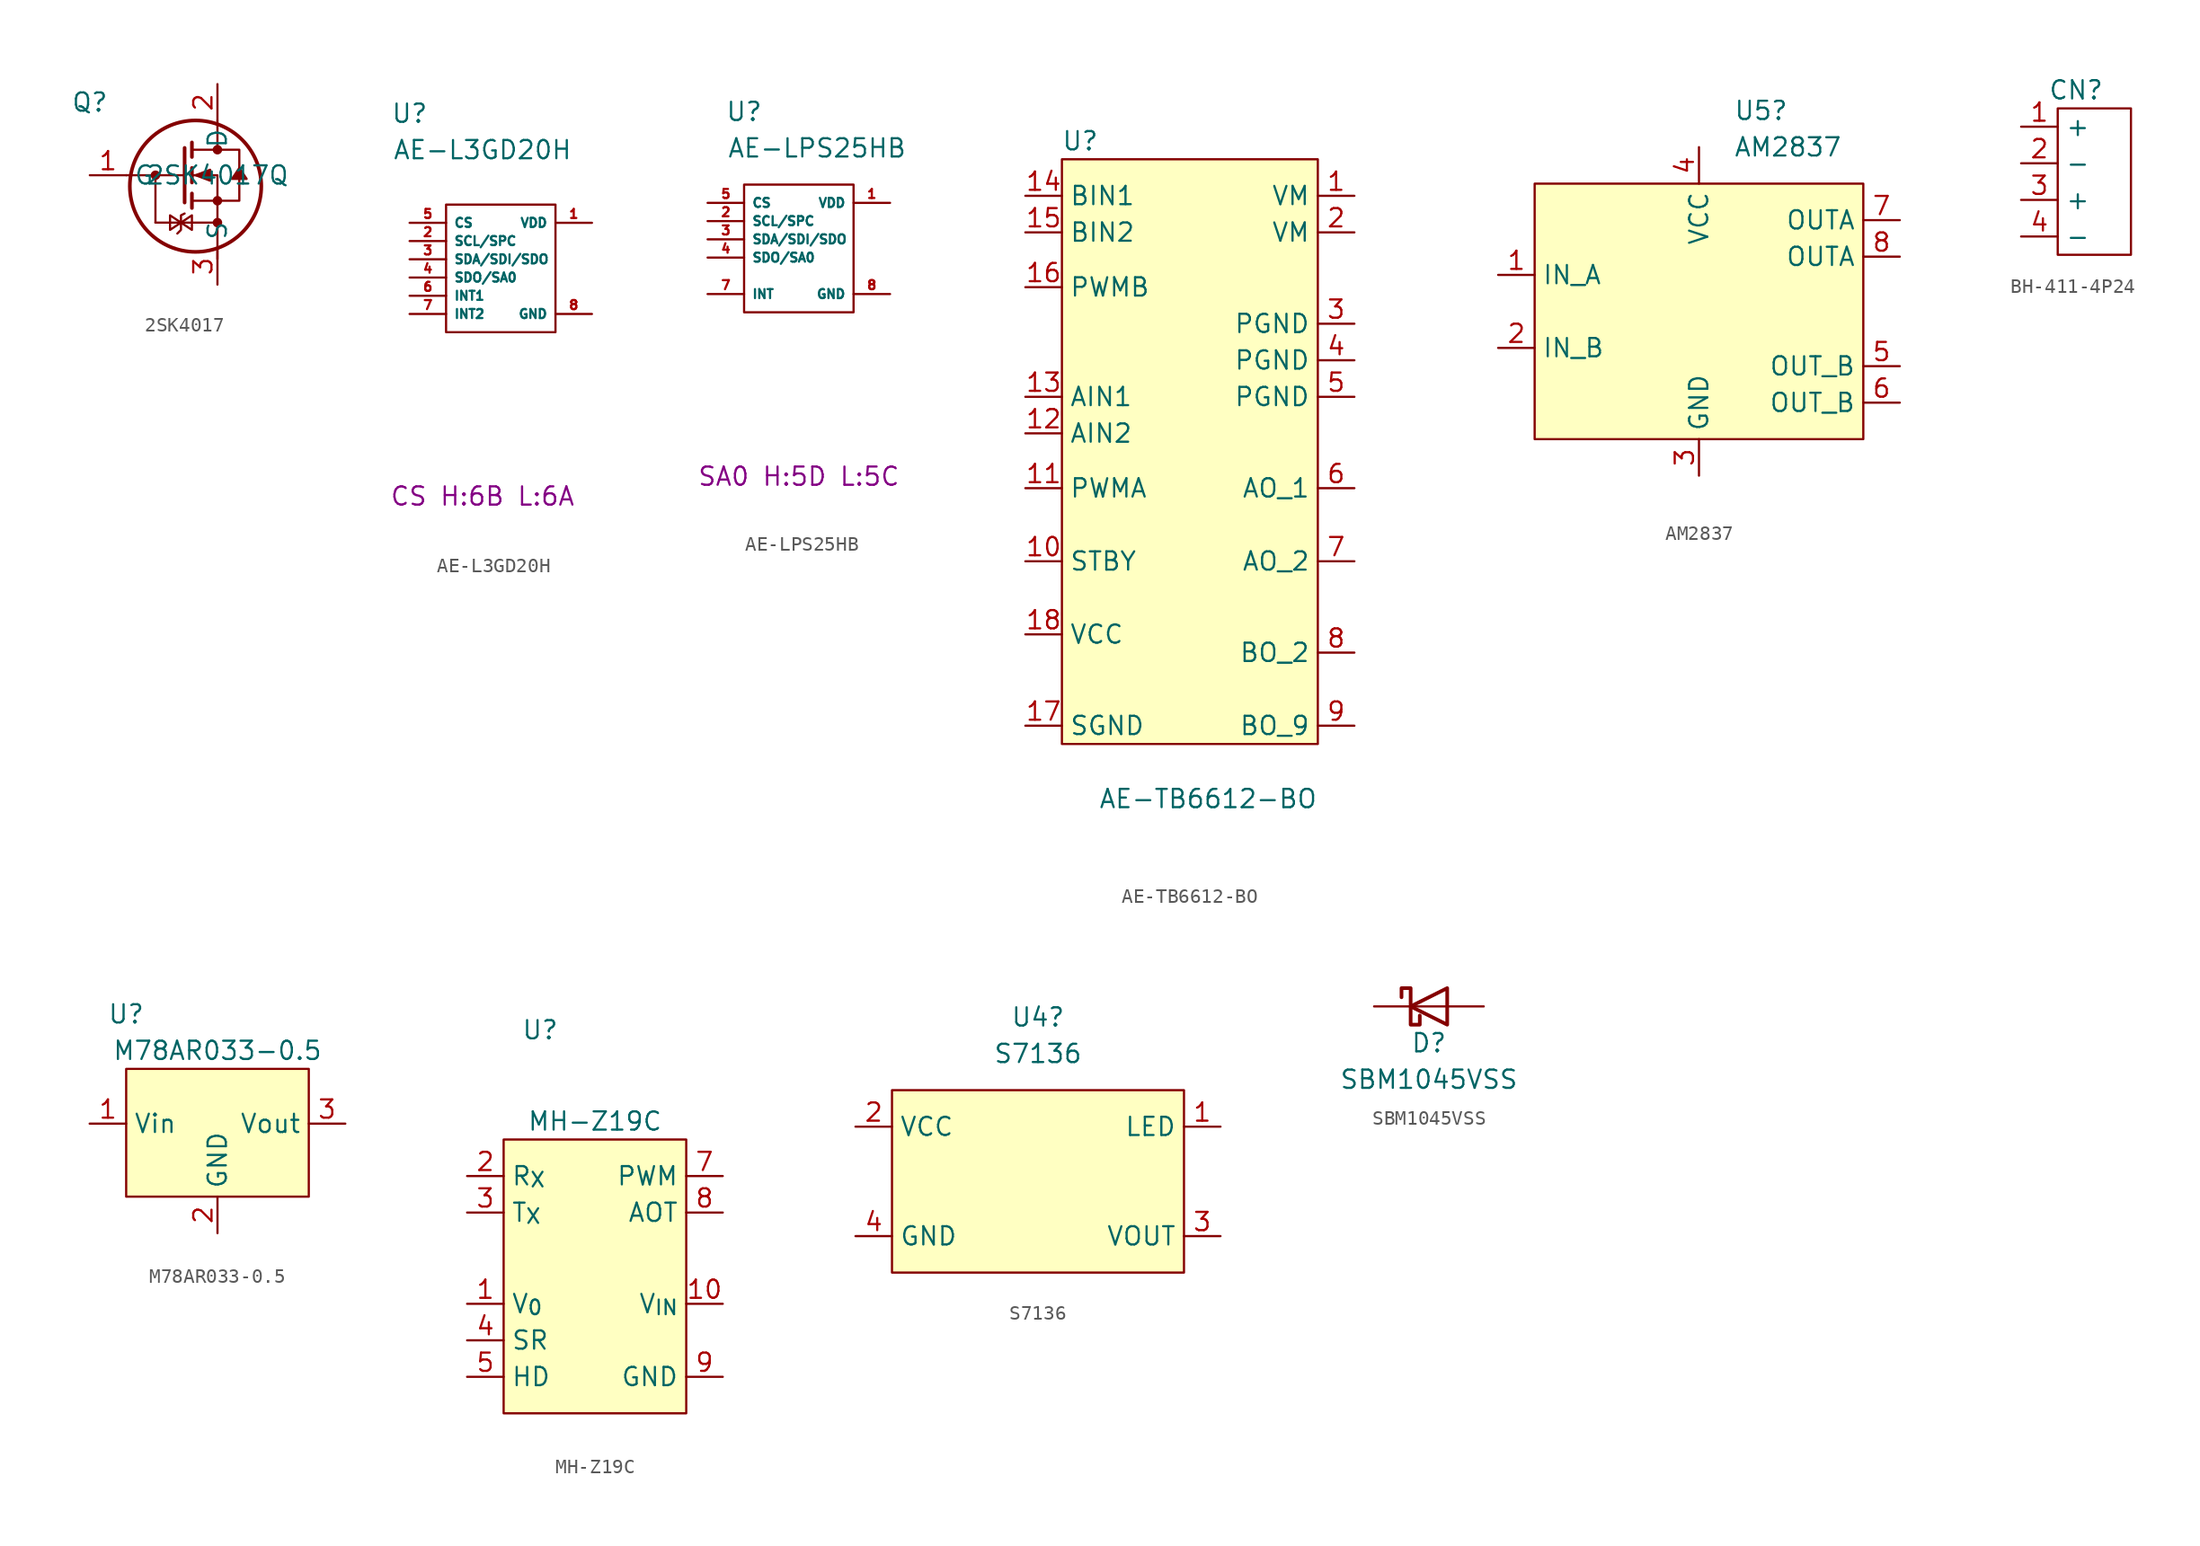
<source format=kicad_sym>
(kicad_symbol_lib
  (version 20241209)
  (generator "kicad_symbol_editor")
  (generator_version "9.0")
  (symbol "2SK4017"
    (property "Reference" "Q"
      (at -8.89 5.08 0)
      (effects (font (size 1.27 1.27))))
    (property "Value" "2SK4017Q"
      (at 0 0 0)
      (effects (font (size 1.27 1.27))))
    (symbol "2SK4017_0_1"
      (circle (center -4.318 0) (radius 0.254) (stroke (width 0) (type default)) (fill (type outline)))
      (polyline (pts (xy -4.318 0) (xy -4.318 -3.302)) (stroke (width 0) (type default)) (fill (type none)))
      (polyline (pts (xy -2.794 -4.064) (xy -2.54 -3.81) (xy -2.54 -2.794) (xy -2.286 -2.667)) (stroke (width 0) (type default)) (fill (type none)))
      (polyline (pts (xy -2.54 -3.302) (xy -3.302 -3.81) (xy -3.302 -2.794) (xy -2.54 -3.302)) (stroke (width 0) (type default)) (fill (type none)))
      (polyline (pts (xy -2.54 -3.302) (xy -1.778 -3.81) (xy -1.778 -2.794) (xy -2.54 -3.302)) (stroke (width 0) (type default)) (fill (type none)))
      (polyline (pts (xy -2.286 1.905) (xy -2.286 -1.905)) (stroke (width 0.254) (type default)) (fill (type none)))
      (polyline (pts (xy -2.286 0) (xy -6.35 0)) (stroke (width 0) (type default)) (fill (type none)))
      (polyline (pts (xy -1.778 2.286) (xy -1.778 1.27)) (stroke (width 0.254) (type default)) (fill (type none)))
      (polyline (pts (xy -1.778 1.778) (xy 1.524 1.778) (xy 1.524 -1.778) (xy -1.778 -1.778)) (stroke (width 0) (type default)) (fill (type none)))
      (polyline (pts (xy -1.778 0.508) (xy -1.778 -0.508)) (stroke (width 0.254) (type default)) (fill (type none)))
      (polyline (pts (xy -1.778 -1.27) (xy -1.778 -2.286)) (stroke (width 0.254) (type default)) (fill (type none)))
      (polyline (pts (xy -1.524 0) (xy -0.508 -0.381) (xy -0.508 0.381) (xy -1.524 0)) (stroke (width 0) (type default)) (fill (type outline)))
      (circle (center -1.524 -0.762) (radius 4.579) (stroke (width 0.254) (type default)) (fill (type none)))
      (polyline (pts (xy 0 3.81) (xy 0 1.778)) (stroke (width 0) (type default)) (fill (type none)))
      (circle (center 0 1.778) (radius 0.254) (stroke (width 0) (type default)) (fill (type outline)))
      (circle (center 0 -1.778) (radius 0.254) (stroke (width 0) (type default)) (fill (type outline)))
      (polyline (pts (xy 0 -3.302) (xy -4.318 -3.302)) (stroke (width 0) (type default)) (fill (type none)))
      (circle (center 0 -3.302) (radius 0.254) (stroke (width 0) (type default)) (fill (type outline)))
      (polyline (pts (xy 0 -5.842) (xy 0 0) (xy -1.778 0)) (stroke (width 0) (type default)) (fill (type none)))
      (polyline (pts (xy 1.524 0.508) (xy 1.016 -0.254) (xy 2.032 -0.254) (xy 1.524 0.508)) (stroke (width 0) (type default)) (fill (type outline))))
    (symbol "2SK4017_1_1"
      (pin input line (at -8.89 0 0) (length 2.54) (name "G" (effects (font (size 1.27 1.27)))) (number "1" (effects (font (size 1.27 1.27)))))
      (pin passive line (at 0 6.35 270) (length 2.54) (name "D" (effects (font (size 1.27 1.27)))) (number "2" (effects (font (size 1.27 1.27)))))
      (pin passive line (at 0 -7.62 90) (length 2.54) (name "S" (effects (font (size 1.27 1.27)))) (number "3" (effects (font (size 1.27 1.27)))))))
  (symbol "AE-L3GD20H"
    (property "Reference" "U"
      (at -6.35 11.43 0)
      (effects (font (size 1.27 1.27))))
    (property "Value" "AE-L3GD20H"
      (at -1.27 8.89 0)
      (effects (font (size 1.27 1.27))))
    (property "I2C" "CS H:6B L:6A"
      (at -1.27 -15.24 0)
      (effects (font (size 1.27 1.27))))
    (symbol "AE-L3GD20H_0_1"
      (rectangle (start -3.81 5.08) (end 3.81 -3.81) (stroke (width 0) (type default)) (fill (type none))))
    (symbol "AE-L3GD20H_1_1"
      (pin input line (at -6.35 3.81 0) (length 2.54) (name "CS" (effects (font (size 0.63 0.63)))) (number "5" (effects (font (size 0.63 0.63)))))
      (pin input line (at -6.35 2.54 0) (length 2.54) (name "SCL/SPC" (effects (font (size 0.63 0.63)))) (number "2" (effects (font (size 0.63 0.63)))))
      (pin bidirectional line (at -6.35 1.27 0) (length 2.54) (name "SDA/SDI/SDO" (effects (font (size 0.63 0.63)))) (number "3" (effects (font (size 0.63 0.63)))))
      (pin bidirectional line (at -6.35 0 0) (length 2.54) (name "SDO/SA0" (effects (font (size 0.63 0.63)))) (number "4" (effects (font (size 0.63 0.63)))))
      (pin output line (at -6.35 -1.27 0) (length 2.54) (name "INT1" (effects (font (size 0.63 0.63)))) (number "6" (effects (font (size 0.63 0.63)))))
      (pin output line (at -6.35 -2.54 0) (length 2.54) (name "INT2" (effects (font (size 0.63 0.63)))) (number "7" (effects (font (size 0.63 0.63)))))
      (pin power_in line (at 6.35 3.81 180) (length 2.54) (name "VDD" (effects (font (size 0.63 0.63)))) (number "1" (effects (font (size 0.63 0.63)))))
      (pin power_in line (at 6.35 -2.54 180) (length 2.54) (name "GND" (effects (font (size 0.63 0.63)))) (number "8" (effects (font (size 0.63 0.63)))))))
  (symbol "AE-LPS25HB"
    (property "Reference" "U"
      (at -3.81 8.89 0)
      (effects (font (size 1.27 1.27))))
    (property "Value" "AE-LPS25HB"
      (at 1.27 6.35 0)
      (effects (font (size 1.27 1.27))))
    (property "I2C" "SA0 H:5D L:5C"
      (at 0 -16.51 0)
      (effects (font (size 1.27 1.27))))
    (symbol "AE-LPS25HB_0_1"
      (rectangle (start -3.81 3.81) (end 3.81 -5.08) (stroke (width 0) (type default)) (fill (type none))))
    (symbol "AE-LPS25HB_1_1"
      (pin input line (at -6.35 2.54 0) (length 2.54) (name "CS" (effects (font (size 0.63 0.63)))) (number "5" (effects (font (size 0.63 0.63)))))
      (pin input line (at -6.35 1.27 0) (length 2.54) (name "SCL/SPC" (effects (font (size 0.63 0.63)))) (number "2" (effects (font (size 0.63 0.63)))))
      (pin bidirectional line (at -6.35 0 0) (length 2.54) (name "SDA/SDI/SDO" (effects (font (size 0.63 0.63)))) (number "3" (effects (font (size 0.63 0.63)))))
      (pin bidirectional line (at -6.35 -1.27 0) (length 2.54) (name "SDO/SA0" (effects (font (size 0.63 0.63)))) (number "4" (effects (font (size 0.63 0.63)))))
      (pin output line (at -6.35 -3.81 0) (length 2.54) (name "INT" (effects (font (size 0.63 0.63)))) (number "7" (effects (font (size 0.63 0.63)))))
      (pin power_in line (at 6.35 2.54 180) (length 2.54) (name "VDD" (effects (font (size 0.63 0.63)))) (number "1" (effects (font (size 0.63 0.63)))))
      (pin power_in line (at 6.35 -3.81 180) (length 2.54) (name "GND" (effects (font (size 0.63 0.63)))) (number "8" (effects (font (size 0.63 0.63)))))))
  (symbol "AE-TB6612-BO"
    (property "Reference" "U"
      (at -7.62 24.13 0)
      (effects (font (size 1.27 1.27))))
    (property "Value" "AE-TB6612-BO"
      (at 1.27 -21.59 0)
      (effects (font (size 1.27 1.27))))
    (symbol "AE-TB6612-BO_0_1"
      (rectangle (start -8.89 22.86) (end 8.89 -17.78) (stroke (width 0) (type default)) (fill (type background))))
    (symbol "AE-TB6612-BO_1_1"
      (pin input line (at -11.43 20.32 0) (length 2.54) (name "BIN1" (effects (font (size 1.27 1.27)))) (number "14" (effects (font (size 1.27 1.27)))))
      (pin input line (at -11.43 17.78 0) (length 2.54) (name "BIN2" (effects (font (size 1.27 1.27)))) (number "15" (effects (font (size 1.27 1.27)))))
      (pin input line (at -11.43 13.97 0) (length 2.54) (name "PWMB" (effects (font (size 1.27 1.27)))) (number "16" (effects (font (size 1.27 1.27)))))
      (pin input line (at -11.43 6.35 0) (length 2.54) (name "AIN1" (effects (font (size 1.27 1.27)))) (number "13" (effects (font (size 1.27 1.27)))))
      (pin input line (at -11.43 3.81 0) (length 2.54) (name "AIN2" (effects (font (size 1.27 1.27)))) (number "12" (effects (font (size 1.27 1.27)))))
      (pin input line (at -11.43 0 0) (length 2.54) (name "PWMA" (effects (font (size 1.27 1.27)))) (number "11" (effects (font (size 1.27 1.27)))))
      (pin input line (at -11.43 -5.08 0) (length 2.54) (name "STBY" (effects (font (size 1.27 1.27)))) (number "10" (effects (font (size 1.27 1.27)))))
      (pin power_in line (at -11.43 -10.16 0) (length 2.54) (name "VCC" (effects (font (size 1.27 1.27)))) (number "18" (effects (font (size 1.27 1.27)))))
      (pin power_in line (at -11.43 -16.51 0) (length 2.54) (name "SGND" (effects (font (size 1.27 1.27)))) (number "17" (effects (font (size 1.27 1.27)))))
      (pin power_in line (at 11.43 20.32 180) (length 2.54) (name "VM" (effects (font (size 1.27 1.27)))) (number "1" (effects (font (size 1.27 1.27)))))
      (pin power_in line (at 11.43 17.78 180) (length 2.54) (name "VM" (effects (font (size 1.27 1.27)))) (number "2" (effects (font (size 1.27 1.27)))))
      (pin power_in line (at 11.43 11.43 180) (length 2.54) (name "PGND" (effects (font (size 1.27 1.27)))) (number "3" (effects (font (size 1.27 1.27)))))
      (pin power_in line (at 11.43 8.89 180) (length 2.54) (name "PGND" (effects (font (size 1.27 1.27)))) (number "4" (effects (font (size 1.27 1.27)))))
      (pin power_in line (at 11.43 6.35 180) (length 2.54) (name "PGND" (effects (font (size 1.27 1.27)))) (number "5" (effects (font (size 1.27 1.27)))))
      (pin bidirectional line (at 11.43 0 180) (length 2.54) (name "AO_1" (effects (font (size 1.27 1.27)))) (number "6" (effects (font (size 1.27 1.27)))))
      (pin bidirectional line (at 11.43 -5.08 180) (length 2.54) (name "AO_2" (effects (font (size 1.27 1.27)))) (number "7" (effects (font (size 1.27 1.27)))))
      (pin bidirectional line (at 11.43 -11.43 180) (length 2.54) (name "BO_2" (effects (font (size 1.27 1.27)))) (number "8" (effects (font (size 1.27 1.27)))))
      (pin bidirectional line (at 11.43 -16.51 180) (length 2.54) (name "BO_9" (effects (font (size 1.27 1.27)))) (number "9" (effects (font (size 1.27 1.27)))))))
  (symbol "AM2837"
    (property "Reference" "U5"
      (at 2.402 13.97 0)
      (effects (font (size 1.27 1.27)) (justify left)))
    (property "Value" "AM2837"
      (at 2.402 11.43 0)
      (effects (font (size 1.27 1.27)) (justify left)))
    (symbol "AM2837_0_1"
      (rectangle (start -11.43 8.89) (end 11.43 -8.89) (stroke (width 0) (type default)) (fill (type background))))
    (symbol "AM2837_1_1"
      (pin input line (at -13.97 2.54 0) (length 2.54) (name "IN_A" (effects (font (size 1.27 1.27)))) (number "1" (effects (font (size 1.27 1.27)))))
      (pin input line (at -13.97 -2.54 0) (length 2.54) (name "IN_B" (effects (font (size 1.27 1.27)))) (number "2" (effects (font (size 1.27 1.27)))))
      (pin power_in line (at 0 11.43 270) (length 2.54) (name "VCC" (effects (font (size 1.27 1.27)))) (number "4" (effects (font (size 1.27 1.27)))))
      (pin power_in line (at 0 -11.43 90) (length 2.54) (name "GND" (effects (font (size 1.27 1.27)))) (number "3" (effects (font (size 1.27 1.27)))))
      (pin bidirectional line (at 13.97 6.35 180) (length 2.54) (name "OUTA" (effects (font (size 1.27 1.27)))) (number "7" (effects (font (size 1.27 1.27)))))
      (pin bidirectional line (at 13.97 3.81 180) (length 2.54) (name "OUTA" (effects (font (size 1.27 1.27)))) (number "8" (effects (font (size 1.27 1.27)))))
      (pin bidirectional line (at 13.97 -3.81 180) (length 2.54) (name "OUT_B" (effects (font (size 1.27 1.27)))) (number "5" (effects (font (size 1.27 1.27)))))
      (pin bidirectional line (at 13.97 -6.35 180) (length 2.54) (name "OUT_B" (effects (font (size 1.27 1.27)))) (number "6" (effects (font (size 1.27 1.27)))))))
  (symbol "BH-411-4P24"
    (property "Reference" "CN"
      (at -1.27 6.35 0)
      (effects (font (size 1.27 1.27))))
    (property "Value" ""
      (at 0 1.27 0)
      (effects (font (size 1.27 1.27))))
    (symbol "BH-411-4P24_1_1"
      (rectangle (start -2.54 5.08) (end 2.54 -5.08) (stroke (width 0) (type default)) (fill (type none)))
      (pin power_out line (at -5.08 3.81 0) (length 2.54) (name "+" (effects (font (size 1.27 1.27)))) (number "1" (effects (font (size 1.27 1.27)))))
      (pin power_out line (at -5.08 1.27 0) (length 2.54) (name "-" (effects (font (size 1.27 1.27)))) (number "2" (effects (font (size 1.27 1.27)))))
      (pin power_out line (at -5.08 -1.27 0) (length 2.54) (name "+" (effects (font (size 1.27 1.27)))) (number "3" (effects (font (size 1.27 1.27)))))
      (pin power_out line (at -5.08 -3.81 0) (length 2.54) (name "-" (effects (font (size 1.27 1.27)))) (number "4" (effects (font (size 1.27 1.27)))))))
  (symbol "M78AR033-0.5"
    (property "Reference" "U"
      (at -6.35 7.62 0)
      (effects (font (size 1.27 1.27))))
    (property "Value" "M78AR033-0.5"
      (at 0 5.08 0)
      (effects (font (size 1.27 1.27))))
    (symbol "M78AR033-0.5_0_1"
      (rectangle (start -6.35 3.81) (end 6.35 -5.08) (stroke (width 0) (type default)) (fill (type background))))
    (symbol "M78AR033-0.5_1_1"
      (pin power_in line (at -8.89 0 0) (length 2.54) (name "Vin" (effects (font (size 1.27 1.27)))) (number "1" (effects (font (size 1.27 1.27)))))
      (pin power_in line (at 0 -7.62 90) (length 2.54) (name "GND" (effects (font (size 1.27 1.27)))) (number "2" (effects (font (size 1.27 1.27)))))
      (pin power_in line (at 8.89 0 180) (length 2.54) (name "Vout" (effects (font (size 1.27 1.27)))) (number "3" (effects (font (size 1.27 1.27)))))))
  (symbol "MH-Z19C"
    (property "Reference" "U"
      (at -3.81 21.59 0)
      (effects (font (size 1.27 1.27))))
    (property "Value" "MH-Z19C"
      (at 0 15.24 0)
      (effects (font (size 1.27 1.27))))
    (symbol "MH-Z19C_0_1"
      (rectangle (start -6.35 13.97) (end 6.35 -5.08) (stroke (width 0) (type default)) (fill (type background))))
    (symbol "MH-Z19C_1_1"
      (pin input line (at -8.89 11.43 0) (length 2.54) (name "R_{X}" (effects (font (size 1.27 1.27)))) (number "2" (effects (font (size 1.27 1.27)))))
      (pin output line (at -8.89 8.89 0) (length 2.54) (name "T_{X}" (effects (font (size 1.27 1.27)))) (number "3" (effects (font (size 1.27 1.27)))))
      (pin output line (at -8.89 2.54 0) (length 2.54) (name "V_{0}" (effects (font (size 1.27 1.27)))) (number "1" (effects (font (size 1.27 1.27)))))
      (pin output line (at -8.89 0 0) (length 2.54) (name "SR" (effects (font (size 1.27 1.27)))) (number "4" (effects (font (size 1.27 1.27)))))
      (pin output line (at -8.89 -2.54 0) (length 2.54) (name "HD" (effects (font (size 1.27 1.27)))) (number "5" (effects (font (size 1.27 1.27)))))
      (pin output line (at 8.89 11.43 180) (length 2.54) (name "PWM" (effects (font (size 1.27 1.27)))) (number "7" (effects (font (size 1.27 1.27)))))
      (pin output line (at 8.89 8.89 180) (length 2.54) (name "AOT" (effects (font (size 1.27 1.27)))) (number "8" (effects (font (size 1.27 1.27)))))
      (pin power_in line (at 8.89 2.54 180) (length 2.54) (name "V_{IN}" (effects (font (size 1.27 1.27)))) (number "10" (effects (font (size 1.27 1.27)))))
      (pin power_in line (at 8.89 -2.54 180) (length 2.54) (name "GND" (effects (font (size 1.27 1.27)))) (number "9" (effects (font (size 1.27 1.27)))))))
  (symbol "S7136"
    (property "Reference" "U4"
      (at 0 11.43 0)
      (effects (font (size 1.27 1.27))))
    (property "Value" "S7136"
      (at 0 8.89 0)
      (effects (font (size 1.27 1.27))))
    (symbol "S7136_0_1"
      (rectangle (start -10.16 6.35) (end 10.16 -6.35) (stroke (width 0) (type default)) (fill (type background))))
    (symbol "S7136_1_1"
      (pin power_in line (at -12.7 3.81 0) (length 2.54) (name "VCC" (effects (font (size 1.27 1.27)))) (number "2" (effects (font (size 1.27 1.27)))))
      (pin power_in line (at -12.7 -3.81 0) (length 2.54) (name "GND" (effects (font (size 1.27 1.27)))) (number "4" (effects (font (size 1.27 1.27)))))
      (pin open_collector line (at 12.7 3.81 180) (length 2.54) (name "LED" (effects (font (size 1.27 1.27)))) (number "1" (effects (font (size 1.27 1.27)))))
      (pin open_collector line (at 12.7 -3.81 180) (length 2.54) (name "VOUT" (effects (font (size 1.27 1.27)))) (number "3" (effects (font (size 1.27 1.27)))))))
  (symbol "SBM1045VSS"
    (pin_numbers
      (hide yes))
    (pin_names
      (hide yes))
    (property "Reference" "D"
      (at 0 -2.54 0)
      (effects (font (size 1.27 1.27))))
    (property "Value" "SBM1045VSS"
      (at 0 -5.08 0)
      (effects (font (size 1.27 1.27))))
    (symbol "SBM1045VSS_0_1"
      (polyline (pts (xy -1.905 0.635) (xy -1.905 1.27) (xy -1.27 1.27) (xy -1.27 -1.27) (xy -0.635 -1.27) (xy -0.635 -0.635)) (stroke (width 0.254) (type default)) (fill (type none)))
      (polyline (pts (xy 1.27 1.27) (xy 1.27 -1.27) (xy -1.27 0) (xy 1.27 1.27)) (stroke (width 0.254) (type default)) (fill (type none)))
      (polyline (pts (xy 1.27 0) (xy -1.27 0)) (stroke (width 0) (type default)) (fill (type none))))
    (symbol "SBM1045VSS_1_1"
      (pin passive line (at -3.81 0 0) (length 2.54) (name "K" (effects (font (size 1.27 1.27)))) (number "1" (effects (font (size 1.27 1.27)))))
      (pin passive line (at 3.81 0 180) (length 2.54) (name "A" (effects (font (size 1.27 1.27)))) (number "2" (effects (font (size 1.27 1.27))))))))
</source>
